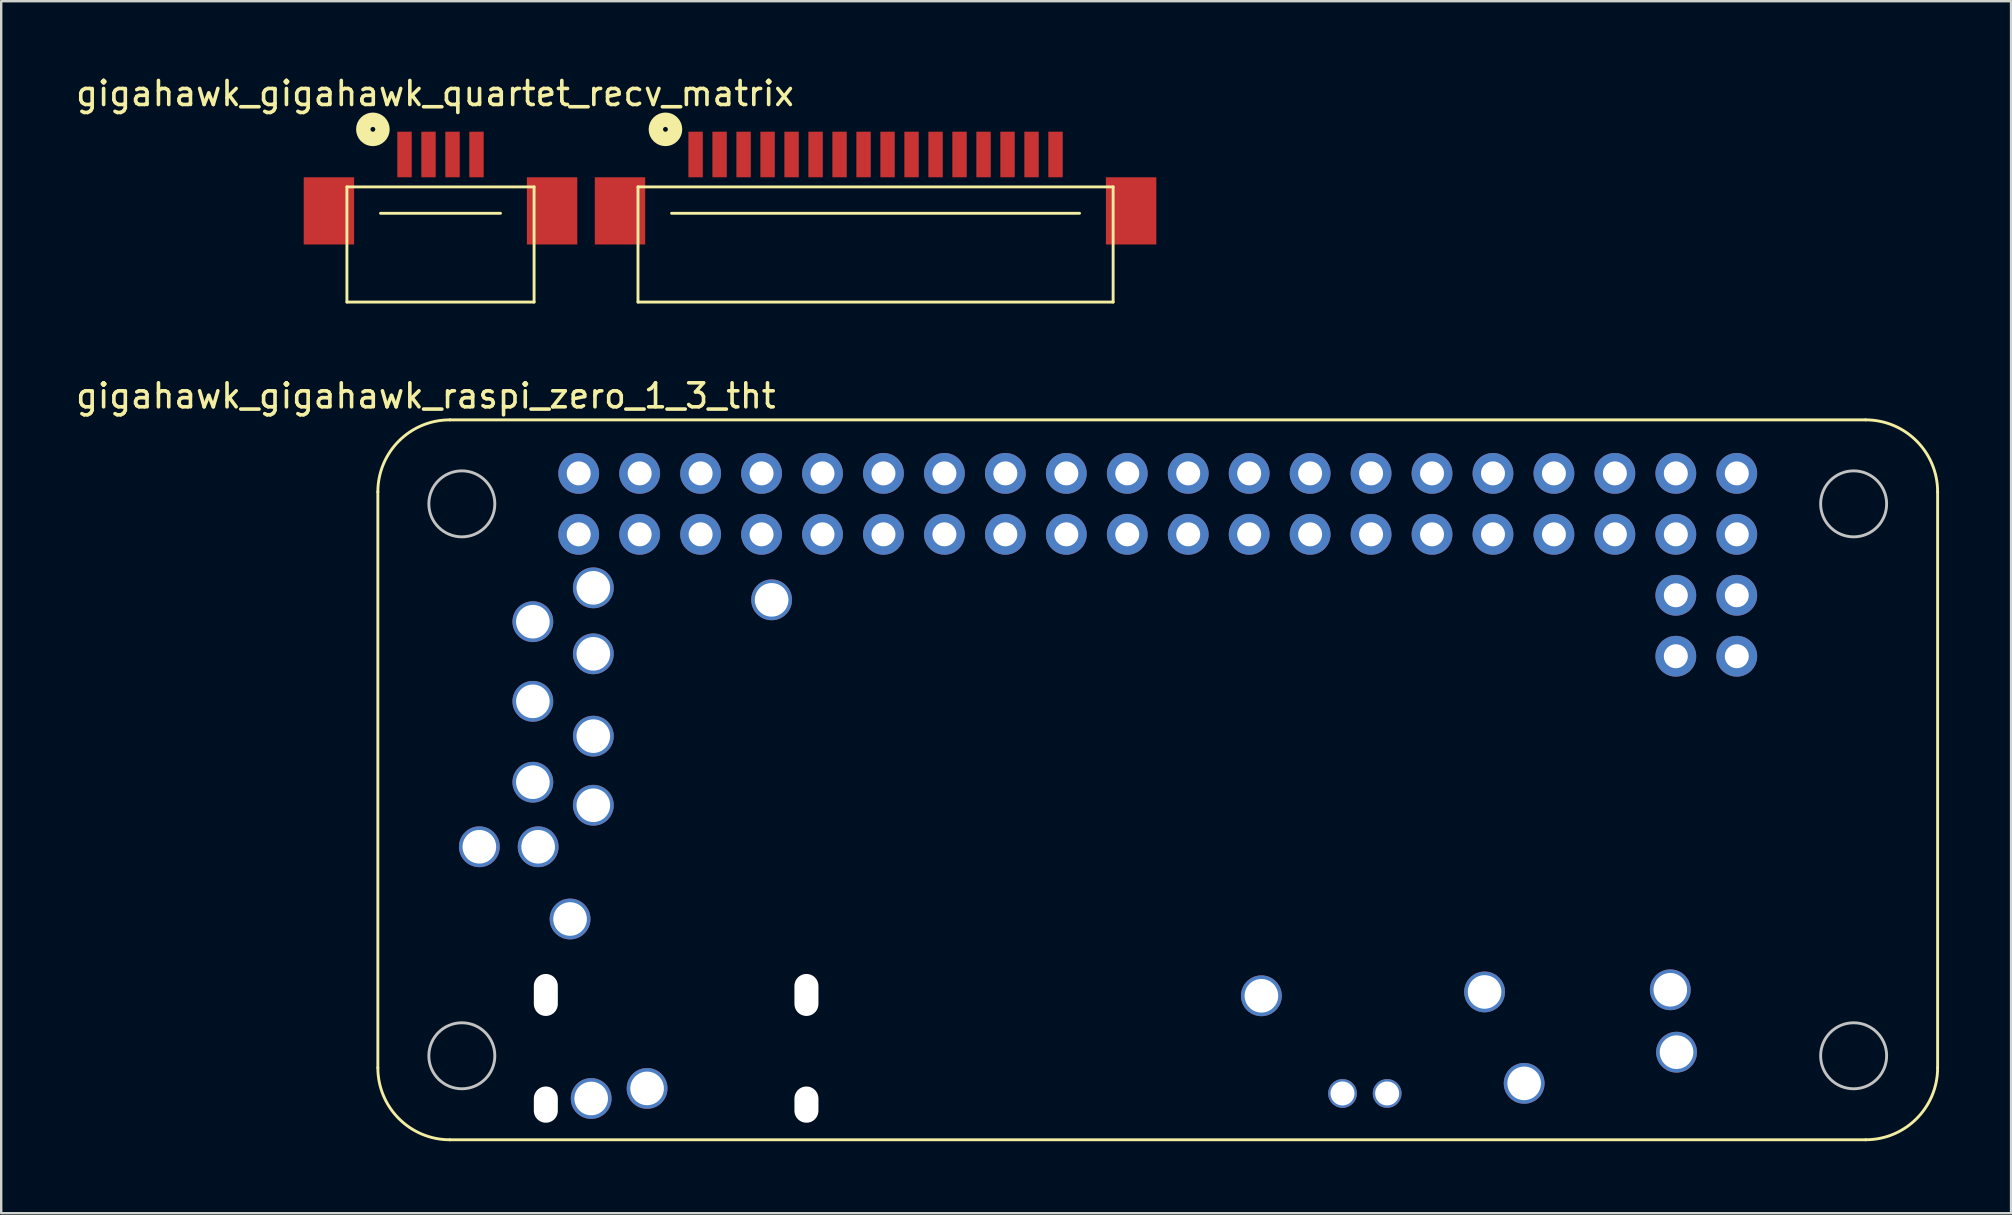
<source format=kicad_pcb>
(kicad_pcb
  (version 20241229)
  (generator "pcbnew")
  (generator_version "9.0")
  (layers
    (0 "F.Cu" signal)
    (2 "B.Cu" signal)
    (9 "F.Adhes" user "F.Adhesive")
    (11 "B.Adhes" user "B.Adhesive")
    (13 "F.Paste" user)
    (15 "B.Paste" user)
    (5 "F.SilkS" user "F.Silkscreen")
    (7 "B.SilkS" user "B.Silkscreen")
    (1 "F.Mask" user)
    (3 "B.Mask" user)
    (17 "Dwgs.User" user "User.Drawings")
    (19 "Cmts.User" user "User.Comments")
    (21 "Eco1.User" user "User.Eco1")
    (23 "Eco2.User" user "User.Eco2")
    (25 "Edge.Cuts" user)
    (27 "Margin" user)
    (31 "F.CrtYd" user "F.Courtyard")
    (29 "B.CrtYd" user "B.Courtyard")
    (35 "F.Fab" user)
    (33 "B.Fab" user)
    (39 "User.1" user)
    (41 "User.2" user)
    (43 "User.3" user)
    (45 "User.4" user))
  (footprint "gigahawk_gigahawk_raspi_zero_1_3_tht"
    (layer "F.Cu")
    (at 12.696 14.447)
    (property "Reference" "gigahawk_gigahawk_raspi_zero_1_3_tht" (at 2 -1 0) (layer "F.SilkS") (effects (font (size 1 1) (thickness 0.15))))
    (attr through_hole)
    (fp_line (start 0 27) (end 0 3) (stroke (width 0.12) (type solid)) (layer "F.SilkS"))
    (fp_line (start 62 0) (end 3 0) (stroke (width 0.12) (type solid)) (layer "F.SilkS"))
    (fp_line (start 62 30) (end 3 30) (stroke (width 0.12) (type solid)) (layer "F.SilkS"))
    (fp_line (start 65 27) (end 65 3) (stroke (width 0.12) (type solid)) (layer "F.SilkS"))
    (fp_arc (start 0 3) (mid 0.87868 0.87868) (end 3 0) (stroke (width 0.12) (type solid)) (layer "F.SilkS"))
    (fp_arc (start 3 30) (mid 0.87868 29.12132) (end 0 27) (stroke (width 0.12) (type solid)) (layer "F.SilkS"))
    (fp_arc (start 62 0) (mid 64.12132 0.87868) (end 65 3) (stroke (width 0.12) (type solid)) (layer "F.SilkS"))
    (fp_arc (start 65 27) (mid 64.12132 29.12132) (end 62 30) (stroke (width 0.12) (type solid)) (layer "F.SilkS"))
    (fp_circle (center 3.5 3.5) (end 4.875 3.5) (stroke (width 0.12) (type solid)) (fill no) (layer "Dwgs.User"))
    (fp_circle (center 3.5 26.5) (end 4.875 26.5) (stroke (width 0.12) (type solid)) (fill no) (layer "Dwgs.User"))
    (fp_circle (center 61.5 3.5) (end 62.875 3.5) (stroke (width 0.12) (type solid)) (fill no) (layer "Dwgs.User"))
    (fp_circle (center 61.5 26.5) (end 62.875 26.5) (stroke (width 0.12) (type solid)) (fill no) (layer "Dwgs.User"))
    (pad "" np_thru_hole oval (at 7 23.965) (size 1 1.75) (drill oval 1 1.75) (layers "*.Cu" "*.Mask"))
    (pad "" np_thru_hole oval (at 7 28.535) (size 1 1.51) (drill oval 1 1.51) (layers "*.Cu" "*.Mask"))
    (pad "" np_thru_hole oval (at 17.86 23.965) (size 1 1.75) (drill oval 1 1.75) (layers "*.Cu" "*.Mask"))
    (pad "" np_thru_hole oval (at 17.86 28.535) (size 1 1.51) (drill oval 1 1.51) (layers "*.Cu" "*.Mask"))
    (pad "1" thru_hole circle (at 8.37 4.77) (size 1.7 1.7) (drill 1) (layers "*.Cu" "*.Mask"))
    (pad "2" thru_hole circle (at 8.37 2.23) (size 1.7 1.7) (drill 1) (layers "*.Cu" "*.Mask"))
    (pad "3" thru_hole circle (at 10.91 4.77) (size 1.7 1.7) (drill 1) (layers "*.Cu" "*.Mask"))
    (pad "4" thru_hole circle (at 10.91 2.23) (size 1.7 1.7) (drill 1) (layers "*.Cu" "*.Mask"))
    (pad "5" thru_hole circle (at 13.45 4.77) (size 1.7 1.7) (drill 1) (layers "*.Cu" "*.Mask"))
    (pad "6" thru_hole circle (at 13.45 2.23) (size 1.7 1.7) (drill 1) (layers "*.Cu" "*.Mask"))
    (pad "7" thru_hole circle (at 15.99 4.77) (size 1.7 1.7) (drill 1) (layers "*.Cu" "*.Mask"))
    (pad "8" thru_hole circle (at 15.99 2.23) (size 1.7 1.7) (drill 1) (layers "*.Cu" "*.Mask"))
    (pad "9" thru_hole circle (at 18.53 4.77) (size 1.7 1.7) (drill 1) (layers "*.Cu" "*.Mask"))
    (pad "10" thru_hole circle (at 18.53 2.23) (size 1.7 1.7) (drill 1) (layers "*.Cu" "*.Mask"))
    (pad "11" thru_hole circle (at 21.07 4.77) (size 1.7 1.7) (drill 1) (layers "*.Cu" "*.Mask"))
    (pad "12" thru_hole circle (at 21.07 2.23) (size 1.7 1.7) (drill 1) (layers "*.Cu" "*.Mask"))
    (pad "13" thru_hole circle (at 23.61 4.77) (size 1.7 1.7) (drill 1) (layers "*.Cu" "*.Mask"))
    (pad "14" thru_hole circle (at 23.61 2.23) (size 1.7 1.7) (drill 1) (layers "*.Cu" "*.Mask"))
    (pad "15" thru_hole circle (at 26.15 4.77) (size 1.7 1.7) (drill 1) (layers "*.Cu" "*.Mask"))
    (pad "16" thru_hole circle (at 26.15 2.23) (size 1.7 1.7) (drill 1) (layers "*.Cu" "*.Mask"))
    (pad "17" thru_hole circle (at 28.69 4.77) (size 1.7 1.7) (drill 1) (layers "*.Cu" "*.Mask"))
    (pad "18" thru_hole circle (at 28.69 2.23) (size 1.7 1.7) (drill 1) (layers "*.Cu" "*.Mask"))
    (pad "19" thru_hole circle (at 31.23 4.77) (size 1.7 1.7) (drill 1) (layers "*.Cu" "*.Mask"))
    (pad "20" thru_hole circle (at 31.23 2.23) (size 1.7 1.7) (drill 1) (layers "*.Cu" "*.Mask"))
    (pad "21" thru_hole circle (at 33.77 4.77) (size 1.7 1.7) (drill 1) (layers "*.Cu" "*.Mask"))
    (pad "22" thru_hole circle (at 33.77 2.23) (size 1.7 1.7) (drill 1) (layers "*.Cu" "*.Mask"))
    (pad "23" thru_hole circle (at 36.31 4.77) (size 1.7 1.7) (drill 1) (layers "*.Cu" "*.Mask"))
    (pad "24" thru_hole circle (at 36.31 2.23) (size 1.7 1.7) (drill 1) (layers "*.Cu" "*.Mask"))
    (pad "25" thru_hole circle (at 38.85 4.77) (size 1.7 1.7) (drill 1) (layers "*.Cu" "*.Mask"))
    (pad "26" thru_hole circle (at 38.85 2.23) (size 1.7 1.7) (drill 1) (layers "*.Cu" "*.Mask"))
    (pad "27" thru_hole circle (at 41.39 4.77) (size 1.7 1.7) (drill 1) (layers "*.Cu" "*.Mask"))
    (pad "28" thru_hole circle (at 41.39 2.23) (size 1.7 1.7) (drill 1) (layers "*.Cu" "*.Mask"))
    (pad "29" thru_hole circle (at 43.93 4.77) (size 1.7 1.7) (drill 1) (layers "*.Cu" "*.Mask"))
    (pad "30" thru_hole circle (at 43.93 2.23) (size 1.7 1.7) (drill 1) (layers "*.Cu" "*.Mask"))
    (pad "31" thru_hole circle (at 46.47 4.77) (size 1.7 1.7) (drill 1) (layers "*.Cu" "*.Mask"))
    (pad "32" thru_hole circle (at 46.47 2.23) (size 1.7 1.7) (drill 1) (layers "*.Cu" "*.Mask"))
    (pad "33" thru_hole circle (at 49.01 4.77) (size 1.7 1.7) (drill 1) (layers "*.Cu" "*.Mask"))
    (pad "34" thru_hole circle (at 49.01 2.23) (size 1.7 1.7) (drill 1) (layers "*.Cu" "*.Mask"))
    (pad "35" thru_hole circle (at 51.55 4.77) (size 1.7 1.7) (drill 1) (layers "*.Cu" "*.Mask"))
    (pad "36" thru_hole circle (at 51.55 2.23) (size 1.7 1.7) (drill 1) (layers "*.Cu" "*.Mask"))
    (pad "37" thru_hole circle (at 54.09 4.77) (size 1.7 1.7) (drill 1) (layers "*.Cu" "*.Mask"))
    (pad "38" thru_hole circle (at 54.09 2.23) (size 1.7 1.7) (drill 1) (layers "*.Cu" "*.Mask"))
    (pad "39" thru_hole circle (at 56.63 4.77) (size 1.7 1.7) (drill 1) (layers "*.Cu" "*.Mask"))
    (pad "40" thru_hole circle (at 56.63 2.23) (size 1.7 1.7) (drill 1) (layers "*.Cu" "*.Mask"))
    (pad "PP1" thru_hole circle (at 53.86 23.75) (size 1.7 1.7) (drill 1.4) (layers "*.Cu" "*.Mask"))
    (pad "PP5" thru_hole circle (at 8.98 7) (size 1.7 1.7) (drill 1.4) (layers "*.Cu" "*.Mask"))
    (pad "PP6" thru_hole circle (at 54.12 26.35) (size 1.7 1.7) (drill 1.4) (layers "*.Cu" "*.Mask"))
    (pad "PP8" thru_hole circle (at 16.41 7.5) (size 1.7 1.7) (drill 1.4) (layers "*.Cu" "*.Mask"))
    (pad "PP9" thru_hole circle (at 36.82 24) (size 1.7 1.7) (drill 1.4) (layers "*.Cu" "*.Mask"))
    (pad "PP14" thru_hole circle (at 6.46 11.73) (size 1.7 1.7) (drill 1.4) (layers "*.Cu" "*.Mask"))
    (pad "PP15" thru_hole circle (at 8.98 16.06) (size 1.7 1.7) (drill 1.4) (layers "*.Cu" "*.Mask"))
    (pad "PP16" thru_hole circle (at 8.98 9.75) (size 1.7 1.7) (drill 1.4) (layers "*.Cu" "*.Mask"))
    (pad "PP17" thru_hole circle (at 6.46 8.41) (size 1.7 1.7) (drill 1.4) (layers "*.Cu" "*.Mask"))
    (pad "PP18" thru_hole circle (at 8.98 13.18) (size 1.7 1.7) (drill 1.4) (layers "*.Cu" "*.Mask"))
    (pad "PP19" thru_hole circle (at 6.46 15.1) (size 1.7 1.7) (drill 1.4) (layers "*.Cu" "*.Mask"))
    (pad "PP20" thru_hole circle (at 8.01 20.8) (size 1.7 1.7) (drill 1.4) (layers "*.Cu" "*.Mask"))
    (pad "PP22" thru_hole circle (at 42.06 28.07) (size 1.2 1.2) (drill 1) (layers "*.Cu" "*.Mask"))
    (pad "PP23" thru_hole circle (at 40.2 28.07) (size 1.2 1.2) (drill 1) (layers "*.Cu" "*.Mask"))
    (pad "PP35" thru_hole circle (at 47.77 27.65) (size 1.7 1.7) (drill 1.4) (layers "*.Cu" "*.Mask"))
    (pad "PP36" thru_hole circle (at 4.23 17.79) (size 1.7 1.7) (drill 1.4) (layers "*.Cu" "*.Mask"))
    (pad "PP37" thru_hole circle (at 8.89 28.28) (size 1.7 1.7) (drill 1.4) (layers "*.Cu" "*.Mask"))
    (pad "PP38" thru_hole circle (at 11.22 27.86) (size 1.7 1.7) (drill 1.4) (layers "*.Cu" "*.Mask"))
    (pad "PP39" thru_hole circle (at 6.68 17.79) (size 1.7 1.7) (drill 1.4) (layers "*.Cu" "*.Mask"))
    (pad "PP40" thru_hole circle (at 46.12 23.84) (size 1.7 1.7) (drill 1.4) (layers "*.Cu" "*.Mask"))
    (pad "RUN1" thru_hole circle (at 54.09 7.31) (size 1.7 1.7) (drill 1) (layers "*.Cu" "*.Mask"))
    (pad "RUN2" thru_hole circle (at 56.63 7.31) (size 1.7 1.7) (drill 1) (layers "*.Cu" "*.Mask"))
    (pad "TV1" thru_hole circle (at 54.09 9.85) (size 1.7 1.7) (drill 1) (layers "*.Cu" "*.Mask"))
    (pad "TV2" thru_hole circle (at 56.63 9.85) (size 1.7 1.7) (drill 1) (layers "*.Cu" "*.Mask")))
  (footprint "gigahawk_gigahawk_quartet_recv_matrix"
    (layer "F.Cu")
    (at 13.807 3.388)
    (property "Reference" "gigahawk_gigahawk_quartet_recv_matrix" (at 1.27 -2.54 0) (layer "F.SilkS") (effects (font (size 1 1) (thickness 0.15))))
    (attr through_hole)
    (fp_line (start -2.4 6.15) (end -2.4 1.35) (stroke (width 0.12) (type solid)) (layer "F.SilkS"))
    (fp_line (start 4 2.45) (end -1 2.45) (stroke (width 0.12) (type solid)) (layer "F.SilkS"))
    (fp_line (start 5.4 1.35) (end -2.4 1.35) (stroke (width 0.12) (type solid)) (layer "F.SilkS"))
    (fp_line (start 5.4 1.35) (end 5.4 6.15) (stroke (width 0.12) (type solid)) (layer "F.SilkS"))
    (fp_line (start 5.4 6.15) (end -2.4 6.15) (stroke (width 0.12) (type solid)) (layer "F.SilkS"))
    (fp_line (start 9.73 6.15) (end 9.73 1.35) (stroke (width 0.12) (type solid)) (layer "F.SilkS"))
    (fp_line (start 28.13 2.45) (end 11.13 2.45) (stroke (width 0.12) (type solid)) (layer "F.SilkS"))
    (fp_line (start 29.53 1.35) (end 9.73 1.35) (stroke (width 0.12) (type solid)) (layer "F.SilkS"))
    (fp_line (start 29.53 1.35) (end 29.53 6.15) (stroke (width 0.12) (type solid)) (layer "F.SilkS"))
    (fp_line (start 29.53 6.15) (end 9.73 6.15) (stroke (width 0.12) (type solid)) (layer "F.SilkS"))
    (fp_circle (center -1.318 -1.048) (end -1.418 -1.048) (stroke (width 0.6) (type solid)) (fill no) (layer "F.SilkS"))
    (fp_circle (center 10.874 -1.048) (end 10.774 -1.048) (stroke (width 0.6) (type solid)) (fill no) (layer "F.SilkS"))
    (pad "1" smd rect (at 27.13 0 180) (size 0.6 1.9) (layers "F.Cu" "F.Mask" "F.Paste"))
    (pad "2" smd rect (at 26.13 0 180) (size 0.6 1.9) (layers "F.Cu" "F.Mask" "F.Paste"))
    (pad "3" smd rect (at 25.13 0 180) (size 0.6 1.9) (layers "F.Cu" "F.Mask" "F.Paste"))
    (pad "4" smd rect (at 24.13 0 180) (size 0.6 1.9) (layers "F.Cu" "F.Mask" "F.Paste"))
    (pad "5" smd rect (at 23.13 0 180) (size 0.6 1.9) (layers "F.Cu" "F.Mask" "F.Paste"))
    (pad "6" smd rect (at 22.13 0 180) (size 0.6 1.9) (layers "F.Cu" "F.Mask" "F.Paste"))
    (pad "7" smd rect (at 21.13 0 180) (size 0.6 1.9) (layers "F.Cu" "F.Mask" "F.Paste"))
    (pad "8" smd rect (at 20.13 0 180) (size 0.6 1.9) (layers "F.Cu" "F.Mask" "F.Paste"))
    (pad "9" smd rect (at 19.13 0 180) (size 0.6 1.9) (layers "F.Cu" "F.Mask" "F.Paste"))
    (pad "10" smd rect (at 18.13 0 180) (size 0.6 1.9) (layers "F.Cu" "F.Mask" "F.Paste"))
    (pad "11" smd rect (at 17.13 0 180) (size 0.6 1.9) (layers "F.Cu" "F.Mask" "F.Paste"))
    (pad "12" smd rect (at 16.13 0 180) (size 0.6 1.9) (layers "F.Cu" "F.Mask" "F.Paste"))
    (pad "13" smd rect (at 15.13 0 180) (size 0.6 1.9) (layers "F.Cu" "F.Mask" "F.Paste"))
    (pad "14" smd rect (at 14.13 0 180) (size 0.6 1.9) (layers "F.Cu" "F.Mask" "F.Paste"))
    (pad "15" smd rect (at 13.13 0 180) (size 0.6 1.9) (layers "F.Cu" "F.Mask" "F.Paste"))
    (pad "16" smd rect (at 12.13 0 180) (size 0.6 1.9) (layers "F.Cu" "F.Mask" "F.Paste"))
    (pad "17" smd rect (at 3 0 180) (size 0.6 1.9) (layers "F.Cu" "F.Mask" "F.Paste"))
    (pad "18" smd rect (at 2 0 180) (size 0.6 1.9) (layers "F.Cu" "F.Mask" "F.Paste"))
    (pad "19" smd rect (at 1 0 180) (size 0.6 1.9) (layers "F.Cu" "F.Mask" "F.Paste"))
    (pad "20" smd rect (at 0 0 180) (size 0.6 1.9) (layers "F.Cu" "F.Mask" "F.Paste"))
    (pad "MT1" smd rect (at 30.28 2.35 180) (size 2.1 2.8) (layers "F.Cu" "F.Mask" "F.Paste"))
    (pad "MT2" smd rect (at 8.98 2.35 180) (size 2.1 2.8) (layers "F.Cu" "F.Mask" "F.Paste"))
    (pad "MT3" smd rect (at 6.15 2.35 180) (size 2.1 2.8) (layers "F.Cu" "F.Mask" "F.Paste"))
    (pad "MT4" smd rect (at -3.15 2.35 180) (size 2.1 2.8) (layers "F.Cu" "F.Mask" "F.Paste")))
  (gr_rect
    (start -3 -3)
    (end 80.756 47.507)
    (stroke (width 0.1) (type default))
    (fill no)
    (layer "Edge.Cuts")))
</source>
